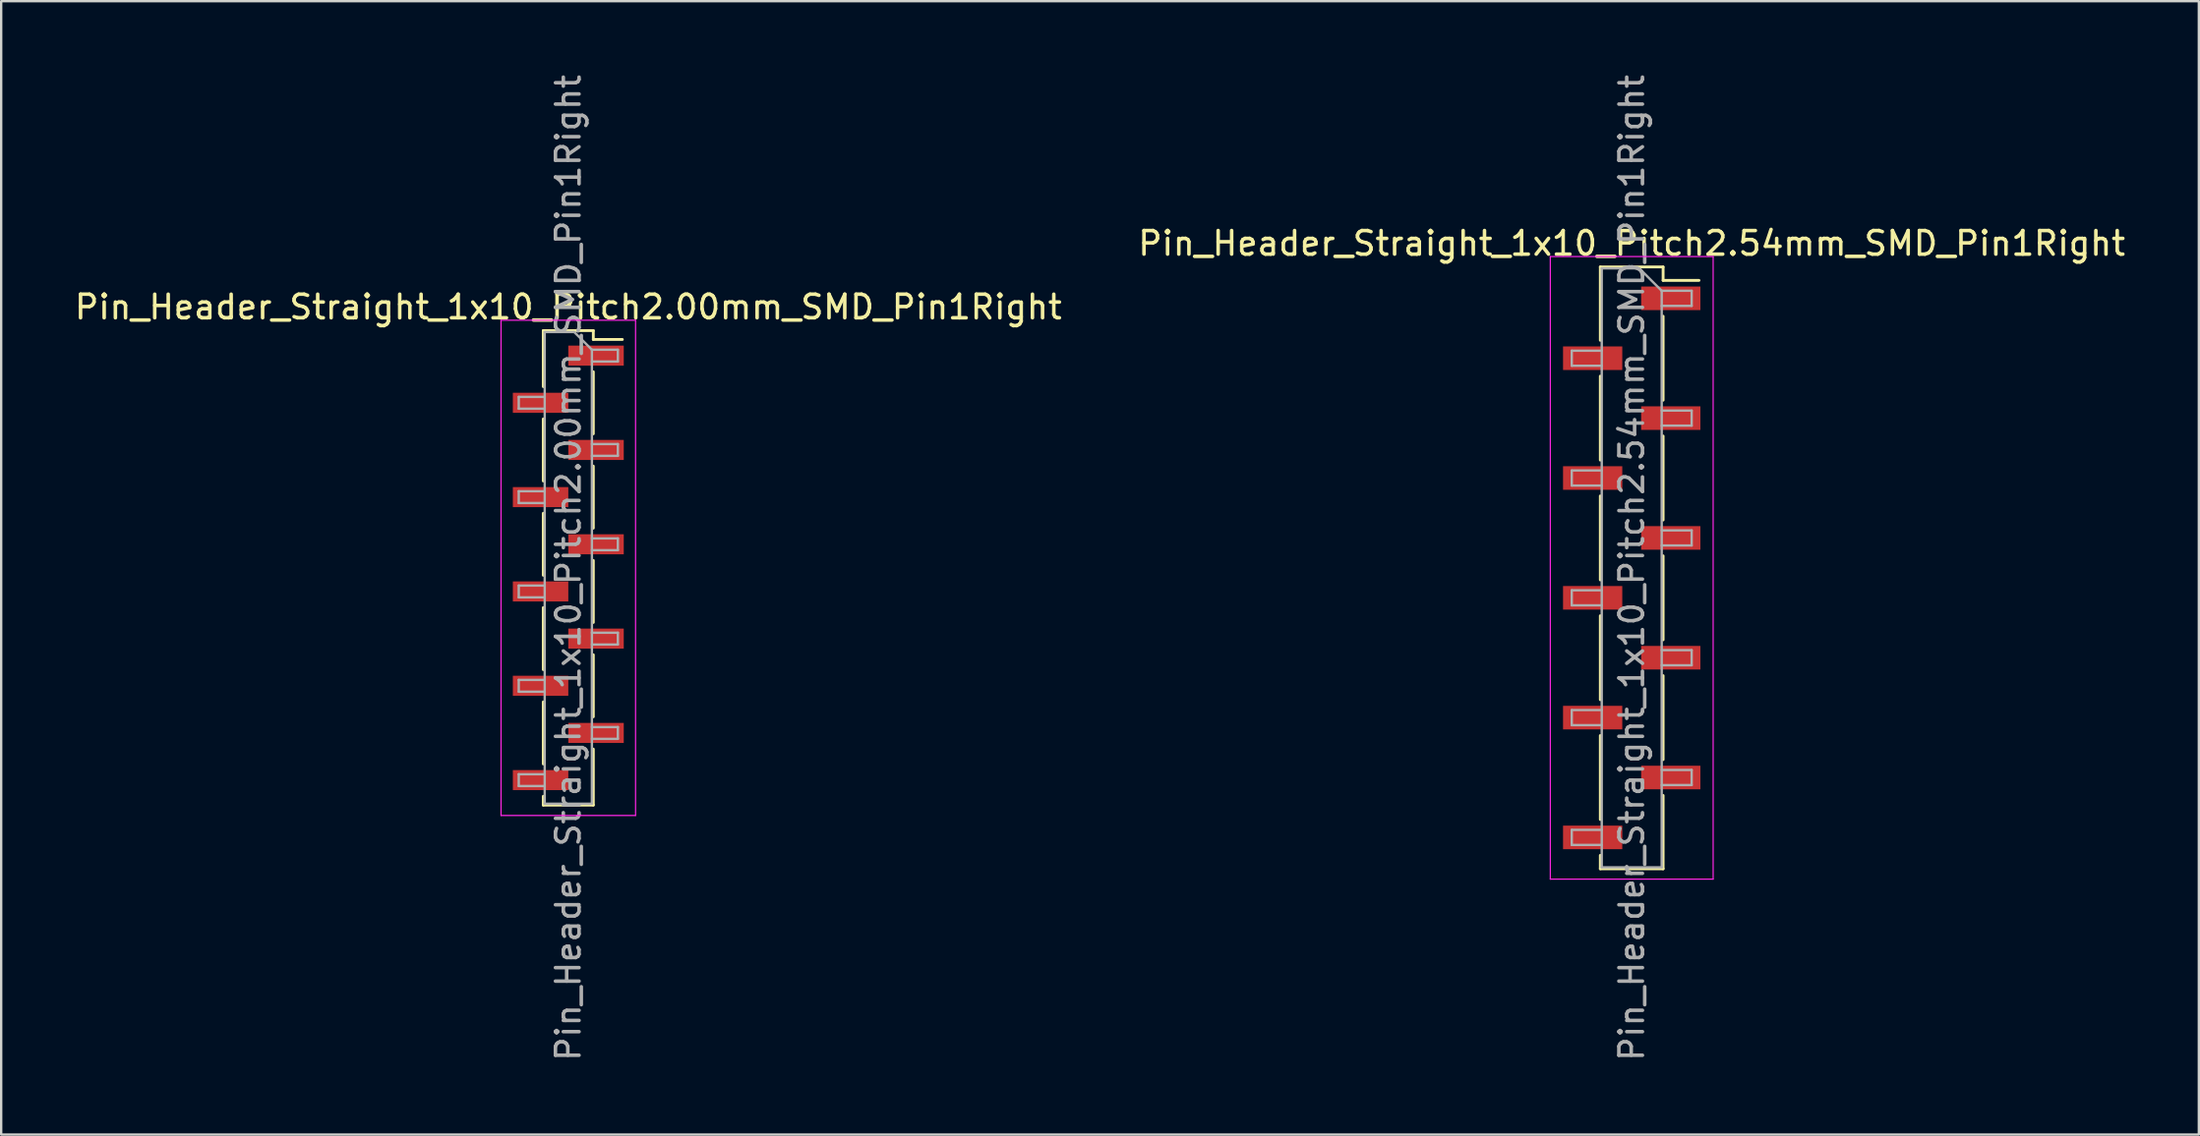
<source format=kicad_pcb>
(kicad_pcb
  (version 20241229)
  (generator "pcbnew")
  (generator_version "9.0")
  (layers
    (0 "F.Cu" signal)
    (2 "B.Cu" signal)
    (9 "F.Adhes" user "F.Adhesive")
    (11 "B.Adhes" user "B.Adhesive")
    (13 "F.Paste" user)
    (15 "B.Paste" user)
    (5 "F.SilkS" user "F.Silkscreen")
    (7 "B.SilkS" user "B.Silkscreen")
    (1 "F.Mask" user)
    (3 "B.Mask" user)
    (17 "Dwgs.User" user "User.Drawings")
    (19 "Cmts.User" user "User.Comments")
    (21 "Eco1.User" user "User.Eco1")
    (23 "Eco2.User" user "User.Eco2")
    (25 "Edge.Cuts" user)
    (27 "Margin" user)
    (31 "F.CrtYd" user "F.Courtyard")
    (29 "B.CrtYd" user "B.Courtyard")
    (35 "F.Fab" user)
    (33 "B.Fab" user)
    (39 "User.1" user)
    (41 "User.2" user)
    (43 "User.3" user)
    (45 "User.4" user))
  (footprint "Pin_Header_Straight_1x10_Pitch2.00mm_SMD_Pin1Right"
    (layer "F.Cu")
    (at 21.03 21.03)
    (property "Reference" "Pin_Header_Straight_1x10_Pitch2.00mm_SMD_Pin1Right" (at 0 -11.06 0) (layer "F.SilkS") (effects (font (size 1 1) (thickness 0.15))))
    (attr smd)
    (fp_line (start -1.06 -10.06) (end -1.06 -7.685) (stroke (width 0.12) (type solid)) (layer "F.SilkS"))
    (fp_line (start -1.06 -10.06) (end 1.06 -10.06) (stroke (width 0.12) (type solid)) (layer "F.SilkS"))
    (fp_line (start -1.06 -6.315) (end -1.06 -3.685) (stroke (width 0.12) (type solid)) (layer "F.SilkS"))
    (fp_line (start -1.06 -2.315) (end -1.06 0.315) (stroke (width 0.12) (type solid)) (layer "F.SilkS"))
    (fp_line (start -1.06 1.685) (end -1.06 4.315) (stroke (width 0.12) (type solid)) (layer "F.SilkS"))
    (fp_line (start -1.06 5.685) (end -1.06 8.315) (stroke (width 0.12) (type solid)) (layer "F.SilkS"))
    (fp_line (start -1.06 9.685) (end -1.06 10.06) (stroke (width 0.12) (type solid)) (layer "F.SilkS"))
    (fp_line (start -1.06 10.06) (end 1.06 10.06) (stroke (width 0.12) (type solid)) (layer "F.SilkS"))
    (fp_line (start 1.06 -10.06) (end 1.06 -9.685) (stroke (width 0.12) (type solid)) (layer "F.SilkS"))
    (fp_line (start 1.06 -9.685) (end 2.29 -9.685) (stroke (width 0.12) (type solid)) (layer "F.SilkS"))
    (fp_line (start 1.06 -8.315) (end 1.06 -5.685) (stroke (width 0.12) (type solid)) (layer "F.SilkS"))
    (fp_line (start 1.06 -4.315) (end 1.06 -1.685) (stroke (width 0.12) (type solid)) (layer "F.SilkS"))
    (fp_line (start 1.06 -0.315) (end 1.06 2.315) (stroke (width 0.12) (type solid)) (layer "F.SilkS"))
    (fp_line (start 1.06 3.685) (end 1.06 6.315) (stroke (width 0.12) (type solid)) (layer "F.SilkS"))
    (fp_line (start 1.06 7.685) (end 1.06 10.06) (stroke (width 0.12) (type solid)) (layer "F.SilkS"))
    (fp_line (start -2.85 -10.5) (end -2.85 10.5) (stroke (width 0.05) (type solid)) (layer "F.CrtYd"))
    (fp_line (start -2.85 10.5) (end 2.85 10.5) (stroke (width 0.05) (type solid)) (layer "F.CrtYd"))
    (fp_line (start 2.85 -10.5) (end -2.85 -10.5) (stroke (width 0.05) (type solid)) (layer "F.CrtYd"))
    (fp_line (start 2.85 10.5) (end 2.85 -10.5) (stroke (width 0.05) (type solid)) (layer "F.CrtYd"))
    (fp_line (start -2.1 -7.25) (end -2.1 -6.75) (stroke (width 0.1) (type solid)) (layer "F.Fab"))
    (fp_line (start -2.1 -6.75) (end -1 -6.75) (stroke (width 0.1) (type solid)) (layer "F.Fab"))
    (fp_line (start -2.1 -3.25) (end -2.1 -2.75) (stroke (width 0.1) (type solid)) (layer "F.Fab"))
    (fp_line (start -2.1 -2.75) (end -1 -2.75) (stroke (width 0.1) (type solid)) (layer "F.Fab"))
    (fp_line (start -2.1 0.75) (end -2.1 1.25) (stroke (width 0.1) (type solid)) (layer "F.Fab"))
    (fp_line (start -2.1 1.25) (end -1 1.25) (stroke (width 0.1) (type solid)) (layer "F.Fab"))
    (fp_line (start -2.1 4.75) (end -2.1 5.25) (stroke (width 0.1) (type solid)) (layer "F.Fab"))
    (fp_line (start -2.1 5.25) (end -1 5.25) (stroke (width 0.1) (type solid)) (layer "F.Fab"))
    (fp_line (start -2.1 8.75) (end -2.1 9.25) (stroke (width 0.1) (type solid)) (layer "F.Fab"))
    (fp_line (start -2.1 9.25) (end -1 9.25) (stroke (width 0.1) (type solid)) (layer "F.Fab"))
    (fp_line (start -1 -10) (end -1 10) (stroke (width 0.1) (type solid)) (layer "F.Fab"))
    (fp_line (start -1 -10) (end 0.25 -10) (stroke (width 0.1) (type solid)) (layer "F.Fab"))
    (fp_line (start -1 -7.25) (end -2.1 -7.25) (stroke (width 0.1) (type solid)) (layer "F.Fab"))
    (fp_line (start -1 -3.25) (end -2.1 -3.25) (stroke (width 0.1) (type solid)) (layer "F.Fab"))
    (fp_line (start -1 0.75) (end -2.1 0.75) (stroke (width 0.1) (type solid)) (layer "F.Fab"))
    (fp_line (start -1 4.75) (end -2.1 4.75) (stroke (width 0.1) (type solid)) (layer "F.Fab"))
    (fp_line (start -1 8.75) (end -2.1 8.75) (stroke (width 0.1) (type solid)) (layer "F.Fab"))
    (fp_line (start 1 -9.25) (end 0.25 -10) (stroke (width 0.1) (type solid)) (layer "F.Fab"))
    (fp_line (start 1 -9.25) (end 2.1 -9.25) (stroke (width 0.1) (type solid)) (layer "F.Fab"))
    (fp_line (start 1 -5.25) (end 2.1 -5.25) (stroke (width 0.1) (type solid)) (layer "F.Fab"))
    (fp_line (start 1 -1.25) (end 2.1 -1.25) (stroke (width 0.1) (type solid)) (layer "F.Fab"))
    (fp_line (start 1 2.75) (end 2.1 2.75) (stroke (width 0.1) (type solid)) (layer "F.Fab"))
    (fp_line (start 1 6.75) (end 2.1 6.75) (stroke (width 0.1) (type solid)) (layer "F.Fab"))
    (fp_line (start 1 10) (end -1 10) (stroke (width 0.1) (type solid)) (layer "F.Fab"))
    (fp_line (start 1 10) (end 1 -9.25) (stroke (width 0.1) (type solid)) (layer "F.Fab"))
    (fp_line (start 2.1 -9.25) (end 2.1 -8.75) (stroke (width 0.1) (type solid)) (layer "F.Fab"))
    (fp_line (start 2.1 -8.75) (end 1 -8.75) (stroke (width 0.1) (type solid)) (layer "F.Fab"))
    (fp_line (start 2.1 -5.25) (end 2.1 -4.75) (stroke (width 0.1) (type solid)) (layer "F.Fab"))
    (fp_line (start 2.1 -4.75) (end 1 -4.75) (stroke (width 0.1) (type solid)) (layer "F.Fab"))
    (fp_line (start 2.1 -1.25) (end 2.1 -0.75) (stroke (width 0.1) (type solid)) (layer "F.Fab"))
    (fp_line (start 2.1 -0.75) (end 1 -0.75) (stroke (width 0.1) (type solid)) (layer "F.Fab"))
    (fp_line (start 2.1 2.75) (end 2.1 3.25) (stroke (width 0.1) (type solid)) (layer "F.Fab"))
    (fp_line (start 2.1 3.25) (end 1 3.25) (stroke (width 0.1) (type solid)) (layer "F.Fab"))
    (fp_line (start 2.1 6.75) (end 2.1 7.25) (stroke (width 0.1) (type solid)) (layer "F.Fab"))
    (fp_line (start 2.1 7.25) (end 1 7.25) (stroke (width 0.1) (type solid)) (layer "F.Fab"))
    (fp_text user "${REFERENCE}" (at 0 0 90) (layer "F.Fab") (effects (font (size 1 1) (thickness 0.15))))
    (pad "1" smd rect (at 1.175 -9) (size 2.35 0.85) (layers "F.Cu" "F.Mask" "F.Paste"))
    (pad "2" smd rect (at -1.175 -7) (size 2.35 0.85) (layers "F.Cu" "F.Mask" "F.Paste"))
    (pad "3" smd rect (at 1.175 -5) (size 2.35 0.85) (layers "F.Cu" "F.Mask" "F.Paste"))
    (pad "4" smd rect (at -1.175 -3) (size 2.35 0.85) (layers "F.Cu" "F.Mask" "F.Paste"))
    (pad "5" smd rect (at 1.175 -1) (size 2.35 0.85) (layers "F.Cu" "F.Mask" "F.Paste"))
    (pad "6" smd rect (at -1.175 1) (size 2.35 0.85) (layers "F.Cu" "F.Mask" "F.Paste"))
    (pad "7" smd rect (at 1.175 3) (size 2.35 0.85) (layers "F.Cu" "F.Mask" "F.Paste"))
    (pad "8" smd rect (at -1.175 5) (size 2.35 0.85) (layers "F.Cu" "F.Mask" "F.Paste"))
    (pad "9" smd rect (at 1.175 7) (size 2.35 0.85) (layers "F.Cu" "F.Mask" "F.Paste"))
    (pad "10" smd rect (at -1.175 9) (size 2.35 0.85) (layers "F.Cu" "F.Mask" "F.Paste")))
  (footprint "Pin_Header_Straight_1x10_Pitch2.54mm_SMD_Pin1Right"
    (layer "F.Cu")
    (at 66.089 21.03)
    (property "Reference" "Pin_Header_Straight_1x10_Pitch2.54mm_SMD_Pin1Right" (at 0 -13.76 0) (layer "F.SilkS") (effects (font (size 1 1) (thickness 0.15))))
    (attr smd)
    (fp_line (start -1.33 -12.76) (end -1.33 -9.65) (stroke (width 0.12) (type solid)) (layer "F.SilkS"))
    (fp_line (start -1.33 -12.76) (end 1.33 -12.76) (stroke (width 0.12) (type solid)) (layer "F.SilkS"))
    (fp_line (start -1.33 -8.13) (end -1.33 -4.57) (stroke (width 0.12) (type solid)) (layer "F.SilkS"))
    (fp_line (start -1.33 -3.05) (end -1.33 0.51) (stroke (width 0.12) (type solid)) (layer "F.SilkS"))
    (fp_line (start -1.33 2.03) (end -1.33 5.59) (stroke (width 0.12) (type solid)) (layer "F.SilkS"))
    (fp_line (start -1.33 7.11) (end -1.33 10.67) (stroke (width 0.12) (type solid)) (layer "F.SilkS"))
    (fp_line (start -1.33 12.19) (end -1.33 12.76) (stroke (width 0.12) (type solid)) (layer "F.SilkS"))
    (fp_line (start -1.33 12.76) (end 1.33 12.76) (stroke (width 0.12) (type solid)) (layer "F.SilkS"))
    (fp_line (start 1.33 -12.76) (end 1.33 -12.19) (stroke (width 0.12) (type solid)) (layer "F.SilkS"))
    (fp_line (start 1.33 -12.19) (end 2.85 -12.19) (stroke (width 0.12) (type solid)) (layer "F.SilkS"))
    (fp_line (start 1.33 -10.67) (end 1.33 -7.11) (stroke (width 0.12) (type solid)) (layer "F.SilkS"))
    (fp_line (start 1.33 -5.59) (end 1.33 -2.03) (stroke (width 0.12) (type solid)) (layer "F.SilkS"))
    (fp_line (start 1.33 -0.51) (end 1.33 3.05) (stroke (width 0.12) (type solid)) (layer "F.SilkS"))
    (fp_line (start 1.33 4.57) (end 1.33 8.13) (stroke (width 0.12) (type solid)) (layer "F.SilkS"))
    (fp_line (start 1.33 9.65) (end 1.33 12.76) (stroke (width 0.12) (type solid)) (layer "F.SilkS"))
    (fp_line (start -3.45 -13.2) (end -3.45 13.2) (stroke (width 0.05) (type solid)) (layer "F.CrtYd"))
    (fp_line (start -3.45 13.2) (end 3.45 13.2) (stroke (width 0.05) (type solid)) (layer "F.CrtYd"))
    (fp_line (start 3.45 -13.2) (end -3.45 -13.2) (stroke (width 0.05) (type solid)) (layer "F.CrtYd"))
    (fp_line (start 3.45 13.2) (end 3.45 -13.2) (stroke (width 0.05) (type solid)) (layer "F.CrtYd"))
    (fp_line (start -2.54 -9.21) (end -2.54 -8.57) (stroke (width 0.1) (type solid)) (layer "F.Fab"))
    (fp_line (start -2.54 -8.57) (end -1.27 -8.57) (stroke (width 0.1) (type solid)) (layer "F.Fab"))
    (fp_line (start -2.54 -4.13) (end -2.54 -3.49) (stroke (width 0.1) (type solid)) (layer "F.Fab"))
    (fp_line (start -2.54 -3.49) (end -1.27 -3.49) (stroke (width 0.1) (type solid)) (layer "F.Fab"))
    (fp_line (start -2.54 0.95) (end -2.54 1.59) (stroke (width 0.1) (type solid)) (layer "F.Fab"))
    (fp_line (start -2.54 1.59) (end -1.27 1.59) (stroke (width 0.1) (type solid)) (layer "F.Fab"))
    (fp_line (start -2.54 6.03) (end -2.54 6.67) (stroke (width 0.1) (type solid)) (layer "F.Fab"))
    (fp_line (start -2.54 6.67) (end -1.27 6.67) (stroke (width 0.1) (type solid)) (layer "F.Fab"))
    (fp_line (start -2.54 11.11) (end -2.54 11.75) (stroke (width 0.1) (type solid)) (layer "F.Fab"))
    (fp_line (start -2.54 11.75) (end -1.27 11.75) (stroke (width 0.1) (type solid)) (layer "F.Fab"))
    (fp_line (start -1.27 -12.7) (end -1.27 12.7) (stroke (width 0.1) (type solid)) (layer "F.Fab"))
    (fp_line (start -1.27 -12.7) (end 0.32 -12.7) (stroke (width 0.1) (type solid)) (layer "F.Fab"))
    (fp_line (start -1.27 -9.21) (end -2.54 -9.21) (stroke (width 0.1) (type solid)) (layer "F.Fab"))
    (fp_line (start -1.27 -4.13) (end -2.54 -4.13) (stroke (width 0.1) (type solid)) (layer "F.Fab"))
    (fp_line (start -1.27 0.95) (end -2.54 0.95) (stroke (width 0.1) (type solid)) (layer "F.Fab"))
    (fp_line (start -1.27 6.03) (end -2.54 6.03) (stroke (width 0.1) (type solid)) (layer "F.Fab"))
    (fp_line (start -1.27 11.11) (end -2.54 11.11) (stroke (width 0.1) (type solid)) (layer "F.Fab"))
    (fp_line (start 1.27 -11.75) (end 0.32 -12.7) (stroke (width 0.1) (type solid)) (layer "F.Fab"))
    (fp_line (start 1.27 -11.75) (end 2.54 -11.75) (stroke (width 0.1) (type solid)) (layer "F.Fab"))
    (fp_line (start 1.27 -6.67) (end 2.54 -6.67) (stroke (width 0.1) (type solid)) (layer "F.Fab"))
    (fp_line (start 1.27 -1.59) (end 2.54 -1.59) (stroke (width 0.1) (type solid)) (layer "F.Fab"))
    (fp_line (start 1.27 3.49) (end 2.54 3.49) (stroke (width 0.1) (type solid)) (layer "F.Fab"))
    (fp_line (start 1.27 8.57) (end 2.54 8.57) (stroke (width 0.1) (type solid)) (layer "F.Fab"))
    (fp_line (start 1.27 12.7) (end -1.27 12.7) (stroke (width 0.1) (type solid)) (layer "F.Fab"))
    (fp_line (start 1.27 12.7) (end 1.27 -11.75) (stroke (width 0.1) (type solid)) (layer "F.Fab"))
    (fp_line (start 2.54 -11.75) (end 2.54 -11.11) (stroke (width 0.1) (type solid)) (layer "F.Fab"))
    (fp_line (start 2.54 -11.11) (end 1.27 -11.11) (stroke (width 0.1) (type solid)) (layer "F.Fab"))
    (fp_line (start 2.54 -6.67) (end 2.54 -6.03) (stroke (width 0.1) (type solid)) (layer "F.Fab"))
    (fp_line (start 2.54 -6.03) (end 1.27 -6.03) (stroke (width 0.1) (type solid)) (layer "F.Fab"))
    (fp_line (start 2.54 -1.59) (end 2.54 -0.95) (stroke (width 0.1) (type solid)) (layer "F.Fab"))
    (fp_line (start 2.54 -0.95) (end 1.27 -0.95) (stroke (width 0.1) (type solid)) (layer "F.Fab"))
    (fp_line (start 2.54 3.49) (end 2.54 4.13) (stroke (width 0.1) (type solid)) (layer "F.Fab"))
    (fp_line (start 2.54 4.13) (end 1.27 4.13) (stroke (width 0.1) (type solid)) (layer "F.Fab"))
    (fp_line (start 2.54 8.57) (end 2.54 9.21) (stroke (width 0.1) (type solid)) (layer "F.Fab"))
    (fp_line (start 2.54 9.21) (end 1.27 9.21) (stroke (width 0.1) (type solid)) (layer "F.Fab"))
    (fp_text user "${REFERENCE}" (at 0 0 90) (layer "F.Fab") (effects (font (size 1 1) (thickness 0.15))))
    (pad "1" smd rect (at 1.655 -11.43) (size 2.51 1) (layers "F.Cu" "F.Mask" "F.Paste"))
    (pad "2" smd rect (at -1.655 -8.89) (size 2.51 1) (layers "F.Cu" "F.Mask" "F.Paste"))
    (pad "3" smd rect (at 1.655 -6.35) (size 2.51 1) (layers "F.Cu" "F.Mask" "F.Paste"))
    (pad "4" smd rect (at -1.655 -3.81) (size 2.51 1) (layers "F.Cu" "F.Mask" "F.Paste"))
    (pad "5" smd rect (at 1.655 -1.27) (size 2.51 1) (layers "F.Cu" "F.Mask" "F.Paste"))
    (pad "6" smd rect (at -1.655 1.27) (size 2.51 1) (layers "F.Cu" "F.Mask" "F.Paste"))
    (pad "7" smd rect (at 1.655 3.81) (size 2.51 1) (layers "F.Cu" "F.Mask" "F.Paste"))
    (pad "8" smd rect (at -1.655 6.35) (size 2.51 1) (layers "F.Cu" "F.Mask" "F.Paste"))
    (pad "9" smd rect (at 1.655 8.89) (size 2.51 1) (layers "F.Cu" "F.Mask" "F.Paste"))
    (pad "10" smd rect (at -1.655 11.43) (size 2.51 1) (layers "F.Cu" "F.Mask" "F.Paste")))
  (gr_rect
    (start -3 -3)
    (end 90.119 45.06)
    (stroke (width 0.1) (type default))
    (fill no)
    (layer "Edge.Cuts")))
</source>
